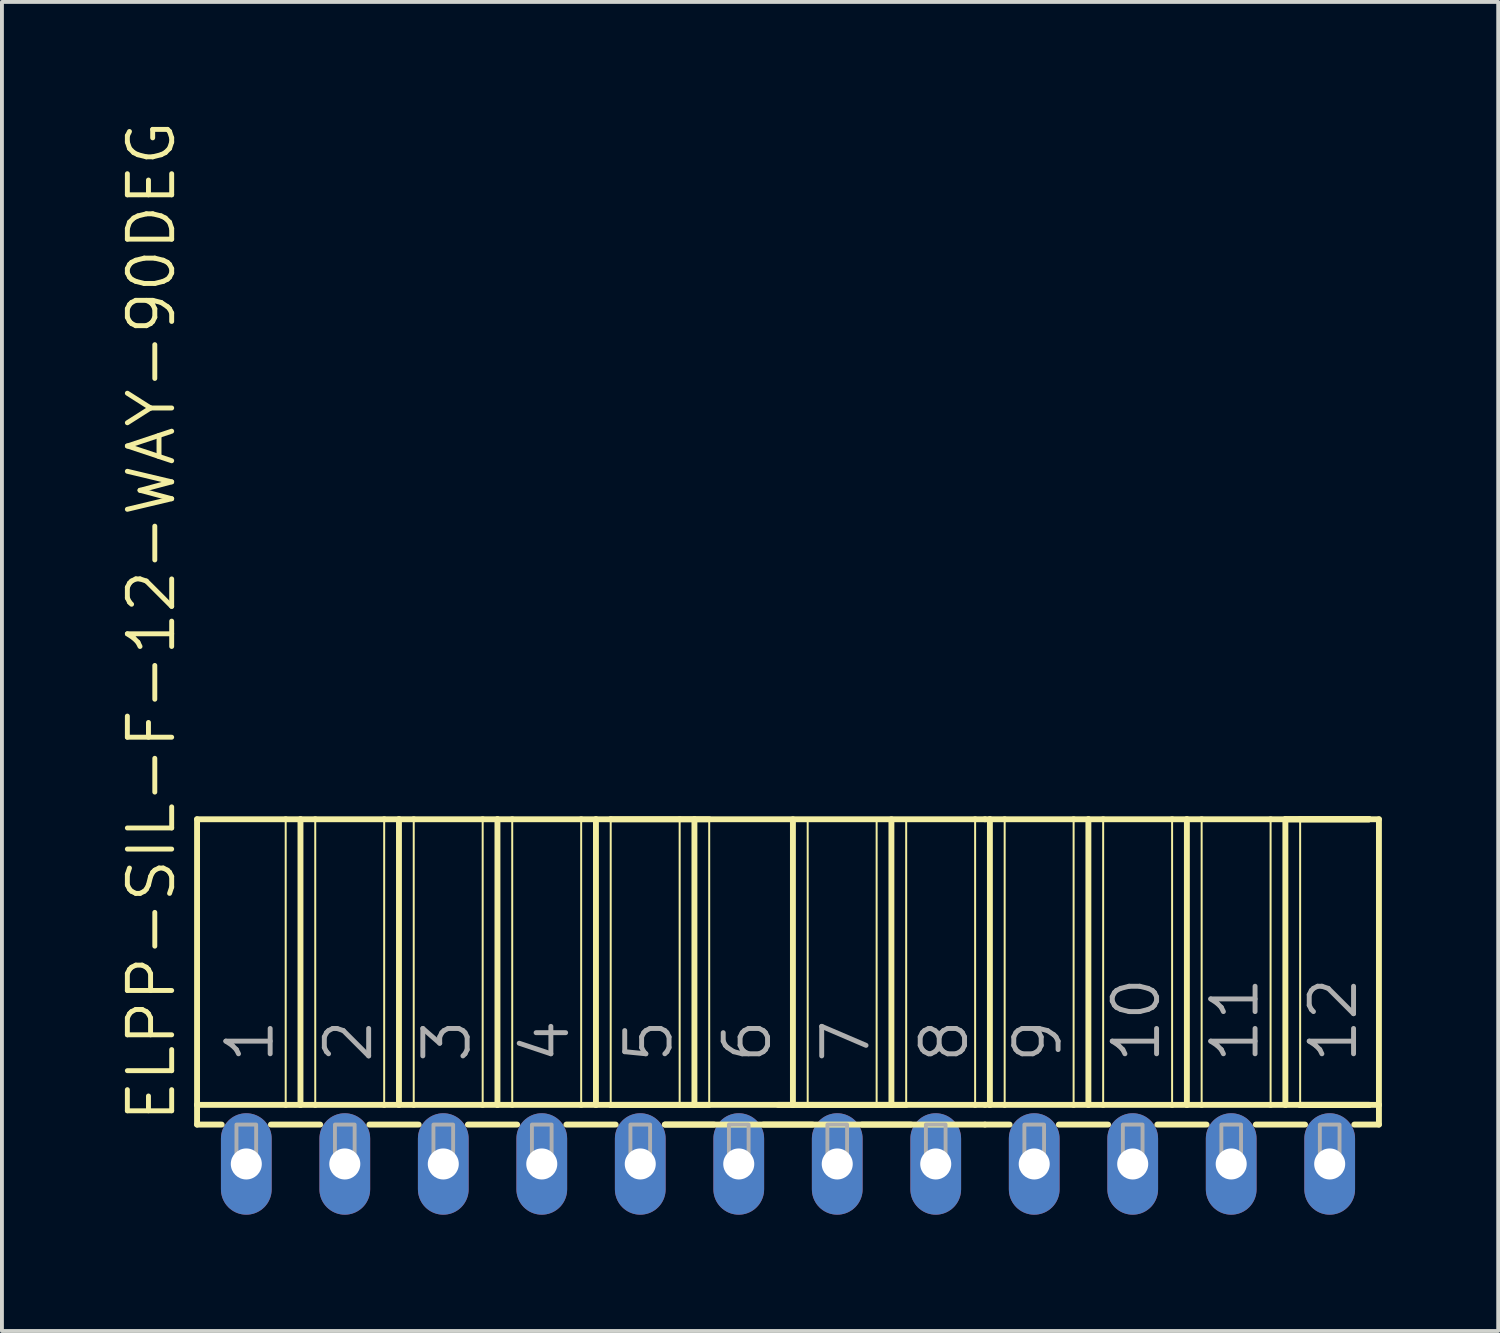
<source format=kicad_pcb>
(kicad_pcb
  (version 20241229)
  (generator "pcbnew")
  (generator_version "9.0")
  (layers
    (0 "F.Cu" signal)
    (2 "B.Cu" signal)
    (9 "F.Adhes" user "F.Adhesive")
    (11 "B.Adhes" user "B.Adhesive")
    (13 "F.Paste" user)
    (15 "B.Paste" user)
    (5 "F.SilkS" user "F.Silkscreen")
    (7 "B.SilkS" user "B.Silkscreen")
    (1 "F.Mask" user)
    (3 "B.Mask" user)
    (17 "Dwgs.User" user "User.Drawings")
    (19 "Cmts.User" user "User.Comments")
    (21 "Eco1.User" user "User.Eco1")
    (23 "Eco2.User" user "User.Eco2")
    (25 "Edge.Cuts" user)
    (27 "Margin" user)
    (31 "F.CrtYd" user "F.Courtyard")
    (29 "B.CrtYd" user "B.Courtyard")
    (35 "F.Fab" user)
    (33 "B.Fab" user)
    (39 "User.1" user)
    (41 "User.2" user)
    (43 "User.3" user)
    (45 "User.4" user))
  (footprint "ELPP-SIL-F-12-WAY-90DEG"
    (layer "F.Cu")
    (at 17.272 26.968)
    (property "Reference" "ELPP-SIL-F-12-WAY-90DEG" (at -15.748 -1.016 90) (unlocked yes) (layer "F.SilkS") (effects (font (size 1.143 1.143) (thickness 0.127)) (justify left bottom)))
    (fp_line (start -15.24 -8.89) (end -12.954 -8.89) (stroke (width 0.152) (type solid)) (layer "F.SilkS"))
    (fp_line (start -15.24 -1.524) (end -15.24 -8.89) (stroke (width 0.152) (type solid)) (layer "F.SilkS"))
    (fp_line (start -15.24 -1.524) (end -12.954 -1.524) (stroke (width 0.152) (type solid)) (layer "F.SilkS"))
    (fp_line (start -15.24 -1.016) (end -15.24 -1.524) (stroke (width 0.152) (type solid)) (layer "F.SilkS"))
    (fp_line (start -15.24 -1.016) (end -14.605 -1.016) (stroke (width 0.152) (type solid)) (layer "F.SilkS"))
    (fp_line (start -13.335 -1.016) (end -12.065 -1.016) (stroke (width 0.152) (type solid)) (layer "F.SilkS"))
    (fp_line (start -12.954 -8.89) (end -12.954 -1.524) (stroke (width 0.051) (type solid)) (layer "F.SilkS"))
    (fp_line (start -12.954 -8.89) (end -12.573 -8.89) (stroke (width 0.152) (type solid)) (layer "F.SilkS"))
    (fp_line (start -12.954 -1.524) (end -12.573 -1.524) (stroke (width 0.152) (type solid)) (layer "F.SilkS"))
    (fp_line (start -12.573 -8.89) (end -12.573 -1.524) (stroke (width 0.152) (type solid)) (layer "F.SilkS"))
    (fp_line (start -12.573 -8.89) (end -12.192 -8.89) (stroke (width 0.152) (type solid)) (layer "F.SilkS"))
    (fp_line (start -12.573 -1.524) (end -12.192 -1.524) (stroke (width 0.152) (type solid)) (layer "F.SilkS"))
    (fp_line (start -12.192 -8.89) (end -12.192 -1.524) (stroke (width 0.051) (type solid)) (layer "F.SilkS"))
    (fp_line (start -12.192 -8.89) (end -10.414 -8.89) (stroke (width 0.152) (type solid)) (layer "F.SilkS"))
    (fp_line (start -12.192 -1.524) (end -10.414 -1.524) (stroke (width 0.152) (type solid)) (layer "F.SilkS"))
    (fp_line (start -10.795 -1.016) (end -9.525 -1.016) (stroke (width 0.152) (type solid)) (layer "F.SilkS"))
    (fp_line (start -10.414 -8.89) (end -10.414 -1.524) (stroke (width 0.051) (type solid)) (layer "F.SilkS"))
    (fp_line (start -10.414 -8.89) (end -10.033 -8.89) (stroke (width 0.152) (type solid)) (layer "F.SilkS"))
    (fp_line (start -10.414 -1.524) (end -10.033 -1.524) (stroke (width 0.152) (type solid)) (layer "F.SilkS"))
    (fp_line (start -10.033 -8.89) (end -10.033 -1.524) (stroke (width 0.152) (type solid)) (layer "F.SilkS"))
    (fp_line (start -10.033 -8.89) (end -9.652 -8.89) (stroke (width 0.152) (type solid)) (layer "F.SilkS"))
    (fp_line (start -10.033 -1.524) (end -9.652 -1.524) (stroke (width 0.152) (type solid)) (layer "F.SilkS"))
    (fp_line (start -9.652 -8.89) (end -9.652 -1.524) (stroke (width 0.051) (type solid)) (layer "F.SilkS"))
    (fp_line (start -9.652 -8.89) (end -7.874 -8.89) (stroke (width 0.152) (type solid)) (layer "F.SilkS"))
    (fp_line (start -9.652 -1.524) (end -7.874 -1.524) (stroke (width 0.152) (type solid)) (layer "F.SilkS"))
    (fp_line (start -8.255 -1.016) (end -6.985 -1.016) (stroke (width 0.152) (type solid)) (layer "F.SilkS"))
    (fp_line (start -7.874 -8.89) (end -7.874 -1.524) (stroke (width 0.051) (type solid)) (layer "F.SilkS"))
    (fp_line (start -7.874 -8.89) (end -7.493 -8.89) (stroke (width 0.152) (type solid)) (layer "F.SilkS"))
    (fp_line (start -7.874 -1.524) (end -7.493 -1.524) (stroke (width 0.152) (type solid)) (layer "F.SilkS"))
    (fp_line (start -7.493 -8.89) (end -7.493 -1.524) (stroke (width 0.152) (type solid)) (layer "F.SilkS"))
    (fp_line (start -7.493 -8.89) (end -7.112 -8.89) (stroke (width 0.152) (type solid)) (layer "F.SilkS"))
    (fp_line (start -7.493 -1.524) (end -7.112 -1.524) (stroke (width 0.152) (type solid)) (layer "F.SilkS"))
    (fp_line (start -7.112 -8.89) (end -7.112 -1.524) (stroke (width 0.051) (type solid)) (layer "F.SilkS"))
    (fp_line (start -7.112 -8.89) (end -5.334 -8.89) (stroke (width 0.152) (type solid)) (layer "F.SilkS"))
    (fp_line (start -7.112 -1.524) (end -5.334 -1.524) (stroke (width 0.152) (type solid)) (layer "F.SilkS"))
    (fp_line (start -5.715 -1.016) (end -4.445 -1.016) (stroke (width 0.152) (type solid)) (layer "F.SilkS"))
    (fp_line (start -5.334 -8.89) (end -5.334 -1.524) (stroke (width 0.051) (type solid)) (layer "F.SilkS"))
    (fp_line (start -5.334 -8.89) (end -4.953 -8.89) (stroke (width 0.152) (type solid)) (layer "F.SilkS"))
    (fp_line (start -5.334 -1.524) (end -4.953 -1.524) (stroke (width 0.152) (type solid)) (layer "F.SilkS"))
    (fp_line (start -4.953 -8.89) (end -4.953 -1.524) (stroke (width 0.152) (type solid)) (layer "F.SilkS"))
    (fp_line (start -4.953 -8.89) (end -4.572 -8.89) (stroke (width 0.152) (type solid)) (layer "F.SilkS"))
    (fp_line (start -4.953 -1.524) (end -4.572 -1.524) (stroke (width 0.152) (type solid)) (layer "F.SilkS"))
    (fp_line (start -4.572 -8.89) (end -4.572 -1.524) (stroke (width 0.051) (type solid)) (layer "F.SilkS"))
    (fp_line (start -4.572 -8.89) (end -2.794 -8.89) (stroke (width 0.152) (type solid)) (layer "F.SilkS"))
    (fp_line (start -4.572 -8.89) (end 4.826 -8.89) (stroke (width 0.152) (type solid)) (layer "F.SilkS"))
    (fp_line (start -4.572 -1.524) (end -2.794 -1.524) (stroke (width 0.152) (type solid)) (layer "F.SilkS"))
    (fp_line (start -4.572 -1.524) (end 4.826 -1.524) (stroke (width 0.152) (type solid)) (layer "F.SilkS"))
    (fp_line (start -3.175 -1.016) (end -1.905 -1.016) (stroke (width 0.152) (type solid)) (layer "F.SilkS"))
    (fp_line (start -3.175 -1.016) (end 5.08 -1.016) (stroke (width 0.152) (type solid)) (layer "F.SilkS"))
    (fp_line (start -2.794 -8.89) (end -2.794 -1.524) (stroke (width 0.051) (type solid)) (layer "F.SilkS"))
    (fp_line (start -2.794 -8.89) (end -2.413 -8.89) (stroke (width 0.152) (type solid)) (layer "F.SilkS"))
    (fp_line (start -2.794 -1.524) (end -2.413 -1.524) (stroke (width 0.152) (type solid)) (layer "F.SilkS"))
    (fp_line (start -2.413 -8.89) (end -2.413 -1.524) (stroke (width 0.152) (type solid)) (layer "F.SilkS"))
    (fp_line (start -2.413 -8.89) (end -2.032 -8.89) (stroke (width 0.152) (type solid)) (layer "F.SilkS"))
    (fp_line (start -2.413 -1.524) (end -2.032 -1.524) (stroke (width 0.152) (type solid)) (layer "F.SilkS"))
    (fp_line (start -2.032 -8.89) (end -2.032 -1.524) (stroke (width 0.051) (type solid)) (layer "F.SilkS"))
    (fp_line (start -0.635 -1.016) (end 0.635 -1.016) (stroke (width 0.152) (type solid)) (layer "F.SilkS"))
    (fp_line (start -0.254 -1.524) (end 0.127 -1.524) (stroke (width 0.152) (type solid)) (layer "F.SilkS"))
    (fp_line (start 0.127 -8.89) (end 0.127 -1.524) (stroke (width 0.152) (type solid)) (layer "F.SilkS"))
    (fp_line (start 0.127 -1.524) (end 0.508 -1.524) (stroke (width 0.152) (type solid)) (layer "F.SilkS"))
    (fp_line (start 0.508 -8.89) (end 0.508 -1.524) (stroke (width 0.051) (type solid)) (layer "F.SilkS"))
    (fp_line (start 0.508 -1.524) (end 2.286 -1.524) (stroke (width 0.152) (type solid)) (layer "F.SilkS"))
    (fp_line (start 1.905 -1.016) (end 3.175 -1.016) (stroke (width 0.152) (type solid)) (layer "F.SilkS"))
    (fp_line (start 2.286 -8.89) (end 2.286 -1.524) (stroke (width 0.051) (type solid)) (layer "F.SilkS"))
    (fp_line (start 2.286 -1.524) (end 2.667 -1.524) (stroke (width 0.152) (type solid)) (layer "F.SilkS"))
    (fp_line (start 2.667 -8.89) (end 2.667 -1.524) (stroke (width 0.152) (type solid)) (layer "F.SilkS"))
    (fp_line (start 2.667 -1.524) (end 3.048 -1.524) (stroke (width 0.152) (type solid)) (layer "F.SilkS"))
    (fp_line (start 3.048 -8.89) (end 3.048 -1.524) (stroke (width 0.051) (type solid)) (layer "F.SilkS"))
    (fp_line (start 4.826 -8.89) (end 4.826 -1.524) (stroke (width 0.051) (type solid)) (layer "F.SilkS"))
    (fp_line (start 4.826 -8.89) (end 5.08 -8.89) (stroke (width 0.152) (type solid)) (layer "F.SilkS"))
    (fp_line (start 4.826 -1.524) (end 5.08 -1.524) (stroke (width 0.152) (type solid)) (layer "F.SilkS"))
    (fp_line (start 5.08 -8.89) (end 5.207 -8.89) (stroke (width 0.152) (type solid)) (layer "F.SilkS"))
    (fp_line (start 5.08 -1.524) (end 5.207 -1.524) (stroke (width 0.152) (type solid)) (layer "F.SilkS"))
    (fp_line (start 5.08 -1.016) (end 5.715 -1.016) (stroke (width 0.152) (type solid)) (layer "F.SilkS"))
    (fp_line (start 5.207 -8.89) (end 5.207 -1.524) (stroke (width 0.152) (type solid)) (layer "F.SilkS"))
    (fp_line (start 5.207 -8.89) (end 5.588 -8.89) (stroke (width 0.152) (type solid)) (layer "F.SilkS"))
    (fp_line (start 5.207 -1.524) (end 5.588 -1.524) (stroke (width 0.152) (type solid)) (layer "F.SilkS"))
    (fp_line (start 5.588 -8.89) (end 5.588 -1.524) (stroke (width 0.051) (type solid)) (layer "F.SilkS"))
    (fp_line (start 5.588 -8.89) (end 7.366 -8.89) (stroke (width 0.152) (type solid)) (layer "F.SilkS"))
    (fp_line (start 5.588 -1.524) (end 7.366 -1.524) (stroke (width 0.152) (type solid)) (layer "F.SilkS"))
    (fp_line (start 6.985 -1.016) (end 8.255 -1.016) (stroke (width 0.152) (type solid)) (layer "F.SilkS"))
    (fp_line (start 7.366 -8.89) (end 7.366 -1.524) (stroke (width 0.051) (type solid)) (layer "F.SilkS"))
    (fp_line (start 7.366 -8.89) (end 7.747 -8.89) (stroke (width 0.152) (type solid)) (layer "F.SilkS"))
    (fp_line (start 7.366 -1.524) (end 7.747 -1.524) (stroke (width 0.152) (type solid)) (layer "F.SilkS"))
    (fp_line (start 7.747 -8.89) (end 7.747 -1.524) (stroke (width 0.152) (type solid)) (layer "F.SilkS"))
    (fp_line (start 7.747 -8.89) (end 8.128 -8.89) (stroke (width 0.152) (type solid)) (layer "F.SilkS"))
    (fp_line (start 7.747 -1.524) (end 8.128 -1.524) (stroke (width 0.152) (type solid)) (layer "F.SilkS"))
    (fp_line (start 8.128 -8.89) (end 8.128 -1.524) (stroke (width 0.051) (type solid)) (layer "F.SilkS"))
    (fp_line (start 8.128 -8.89) (end 9.906 -8.89) (stroke (width 0.152) (type solid)) (layer "F.SilkS"))
    (fp_line (start 8.128 -1.524) (end 9.906 -1.524) (stroke (width 0.152) (type solid)) (layer "F.SilkS"))
    (fp_line (start 9.525 -1.016) (end 10.795 -1.016) (stroke (width 0.152) (type solid)) (layer "F.SilkS"))
    (fp_line (start 9.906 -8.89) (end 9.906 -1.524) (stroke (width 0.051) (type solid)) (layer "F.SilkS"))
    (fp_line (start 9.906 -8.89) (end 10.287 -8.89) (stroke (width 0.152) (type solid)) (layer "F.SilkS"))
    (fp_line (start 9.906 -1.524) (end 10.287 -1.524) (stroke (width 0.152) (type solid)) (layer "F.SilkS"))
    (fp_line (start 10.287 -8.89) (end 10.287 -1.524) (stroke (width 0.152) (type solid)) (layer "F.SilkS"))
    (fp_line (start 10.287 -8.89) (end 10.668 -8.89) (stroke (width 0.152) (type solid)) (layer "F.SilkS"))
    (fp_line (start 10.287 -1.524) (end 10.668 -1.524) (stroke (width 0.152) (type solid)) (layer "F.SilkS"))
    (fp_line (start 10.668 -8.89) (end 10.668 -1.524) (stroke (width 0.051) (type solid)) (layer "F.SilkS"))
    (fp_line (start 10.668 -8.89) (end 12.446 -8.89) (stroke (width 0.152) (type solid)) (layer "F.SilkS"))
    (fp_line (start 10.668 -1.524) (end 12.446 -1.524) (stroke (width 0.152) (type solid)) (layer "F.SilkS"))
    (fp_line (start 12.065 -1.016) (end 13.335 -1.016) (stroke (width 0.152) (type solid)) (layer "F.SilkS"))
    (fp_line (start 12.446 -8.89) (end 12.446 -1.524) (stroke (width 0.051) (type solid)) (layer "F.SilkS"))
    (fp_line (start 12.446 -8.89) (end 12.827 -8.89) (stroke (width 0.152) (type solid)) (layer "F.SilkS"))
    (fp_line (start 12.446 -1.524) (end 12.827 -1.524) (stroke (width 0.152) (type solid)) (layer "F.SilkS"))
    (fp_line (start 12.827 -8.89) (end 12.827 -1.524) (stroke (width 0.152) (type solid)) (layer "F.SilkS"))
    (fp_line (start 12.827 -8.89) (end 13.208 -8.89) (stroke (width 0.152) (type solid)) (layer "F.SilkS"))
    (fp_line (start 12.827 -8.89) (end 13.208 -8.89) (stroke (width 0.152) (type solid)) (layer "F.SilkS"))
    (fp_line (start 12.827 -1.524) (end 13.208 -1.524) (stroke (width 0.152) (type solid)) (layer "F.SilkS"))
    (fp_line (start 13.208 -8.89) (end 13.208 -1.524) (stroke (width 0.051) (type solid)) (layer "F.SilkS"))
    (fp_line (start 13.208 -8.89) (end 14.986 -8.89) (stroke (width 0.152) (type solid)) (layer "F.SilkS"))
    (fp_line (start 13.208 -8.89) (end 14.986 -8.89) (stroke (width 0.152) (type solid)) (layer "F.SilkS"))
    (fp_line (start 13.208 -8.89) (end 15.24 -8.89) (stroke (width 0.152) (type solid)) (layer "F.SilkS"))
    (fp_line (start 13.208 -1.524) (end 14.986 -1.524) (stroke (width 0.152) (type solid)) (layer "F.SilkS"))
    (fp_line (start 13.208 -1.524) (end 14.986 -1.524) (stroke (width 0.152) (type solid)) (layer "F.SilkS"))
    (fp_line (start 13.208 -1.524) (end 15.24 -1.524) (stroke (width 0.152) (type solid)) (layer "F.SilkS"))
    (fp_line (start 14.605 -1.016) (end 15.24 -1.016) (stroke (width 0.152) (type solid)) (layer "F.SilkS"))
    (fp_line (start 14.986 -8.89) (end 12.827 -8.89) (stroke (width 0.152) (type solid)) (layer "F.SilkS"))
    (fp_line (start 15.24 -8.89) (end 15.24 -1.524) (stroke (width 0.152) (type solid)) (layer "F.SilkS"))
    (fp_line (start 15.24 -1.524) (end 15.24 -1.016) (stroke (width 0.152) (type solid)) (layer "F.SilkS"))
    (fp_poly (pts (xy -14.224 0) (xy -13.716 0) (xy -13.716 -1.016) (xy -14.224 -1.016)) (stroke (width 0.1) (type default)) (fill no) (layer "F.Fab"))
    (fp_poly (pts (xy -11.684 0) (xy -11.176 0) (xy -11.176 -1.016) (xy -11.684 -1.016)) (stroke (width 0.1) (type default)) (fill no) (layer "F.Fab"))
    (fp_poly (pts (xy -9.144 0) (xy -8.636 0) (xy -8.636 -1.016) (xy -9.144 -1.016)) (stroke (width 0.1) (type default)) (fill no) (layer "F.Fab"))
    (fp_poly (pts (xy -6.604 0) (xy -6.096 0) (xy -6.096 -1.016) (xy -6.604 -1.016)) (stroke (width 0.1) (type default)) (fill no) (layer "F.Fab"))
    (fp_poly (pts (xy -4.064 0) (xy -3.556 0) (xy -3.556 -1.016) (xy -4.064 -1.016)) (stroke (width 0.1) (type default)) (fill no) (layer "F.Fab"))
    (fp_poly (pts (xy -1.524 0) (xy -1.016 0) (xy -1.016 -1.016) (xy -1.524 -1.016)) (stroke (width 0.1) (type default)) (fill no) (layer "F.Fab"))
    (fp_poly (pts (xy 1.016 0) (xy 1.524 0) (xy 1.524 -1.016) (xy 1.016 -1.016)) (stroke (width 0.1) (type default)) (fill no) (layer "F.Fab"))
    (fp_poly (pts (xy 3.556 0) (xy 4.064 0) (xy 4.064 -1.016) (xy 3.556 -1.016)) (stroke (width 0.1) (type default)) (fill no) (layer "F.Fab"))
    (fp_poly (pts (xy 6.096 0) (xy 6.604 0) (xy 6.604 -1.016) (xy 6.096 -1.016)) (stroke (width 0.1) (type default)) (fill no) (layer "F.Fab"))
    (fp_poly (pts (xy 8.636 0) (xy 9.144 0) (xy 9.144 -1.016) (xy 8.636 -1.016)) (stroke (width 0.1) (type default)) (fill no) (layer "F.Fab"))
    (fp_poly (pts (xy 11.176 0) (xy 11.684 0) (xy 11.684 -1.016) (xy 11.176 -1.016)) (stroke (width 0.1) (type default)) (fill no) (layer "F.Fab"))
    (fp_poly (pts (xy 13.716 0) (xy 14.224 0) (xy 14.224 -1.016) (xy 13.716 -1.016)) (stroke (width 0.1) (type default)) (fill no) (layer "F.Fab"))
    (fp_text user "5" (at -2.921 -2.54 90) (layer "F.Fab") (effects (font (size 1.143 1.143) (thickness 0.127)) (justify left bottom)))
    (fp_text user "12" (at 14.732 -2.54 90) (layer "F.Fab") (effects (font (size 1.143 1.143) (thickness 0.127)) (justify left bottom)))
    (fp_text user "10" (at 9.652 -2.54 90) (layer "F.Fab") (effects (font (size 1.143 1.143) (thickness 0.127)) (justify left bottom)))
    (fp_text user "3" (at -8.128 -2.54 90) (layer "F.Fab") (effects (font (size 1.143 1.143) (thickness 0.127)) (justify left bottom)))
    (fp_text user "4" (at -5.588 -2.54 90) (layer "F.Fab") (effects (font (size 1.143 1.143) (thickness 0.127)) (justify left bottom)))
    (fp_text user "6" (at -0.381 -2.54 90) (layer "F.Fab") (effects (font (size 1.143 1.143) (thickness 0.127)) (justify left bottom)))
    (fp_text user "7" (at 2.159 -2.54 90) (layer "F.Fab") (effects (font (size 1.143 1.143) (thickness 0.127)) (justify left bottom)))
    (fp_text user "8" (at 4.699 -2.54 90) (layer "F.Fab") (effects (font (size 1.143 1.143) (thickness 0.127)) (justify left bottom)))
    (fp_text user "1" (at -13.208 -2.54 90) (layer "F.Fab") (effects (font (size 1.143 1.143) (thickness 0.127)) (justify left bottom)))
    (fp_text user "11" (at 12.192 -2.54 90) (layer "F.Fab") (effects (font (size 1.143 1.143) (thickness 0.127)) (justify left bottom)))
    (fp_text user "9" (at 7.112 -2.54 90) (layer "F.Fab") (effects (font (size 1.143 1.143) (thickness 0.127)) (justify left bottom)))
    (fp_text user "2" (at -10.668 -2.54 90) (layer "F.Fab") (effects (font (size 1.143 1.143) (thickness 0.127)) (justify left bottom)))
    (pad "1" thru_hole oval (at -13.97 0 90) (size 2.616 1.308) (drill 0.8) (layers "*.Cu" "*.Mask"))
    (pad "2" thru_hole oval (at -11.43 0 90) (size 2.616 1.308) (drill 0.8) (layers "*.Cu" "*.Mask"))
    (pad "3" thru_hole oval (at -8.89 0 90) (size 2.616 1.308) (drill 0.8) (layers "*.Cu" "*.Mask"))
    (pad "4" thru_hole oval (at -6.35 0 90) (size 2.616 1.308) (drill 0.8) (layers "*.Cu" "*.Mask"))
    (pad "5" thru_hole oval (at -3.81 0 90) (size 2.616 1.308) (drill 0.8) (layers "*.Cu" "*.Mask"))
    (pad "6" thru_hole oval (at -1.27 0 90) (size 2.616 1.308) (drill 0.8) (layers "*.Cu" "*.Mask"))
    (pad "7" thru_hole oval (at 1.27 0 90) (size 2.616 1.308) (drill 0.8) (layers "*.Cu" "*.Mask"))
    (pad "8" thru_hole oval (at 3.81 0 90) (size 2.616 1.308) (drill 0.8) (layers "*.Cu" "*.Mask"))
    (pad "9" thru_hole oval (at 6.35 0 90) (size 2.616 1.308) (drill 0.8) (layers "*.Cu" "*.Mask"))
    (pad "10" thru_hole oval (at 8.89 0 90) (size 2.616 1.308) (drill 0.8) (layers "*.Cu" "*.Mask"))
    (pad "11" thru_hole oval (at 11.43 0 90) (size 2.616 1.308) (drill 0.8) (layers "*.Cu" "*.Mask"))
    (pad "12" thru_hole oval (at 13.97 0 90) (size 2.616 1.308) (drill 0.8) (layers "*.Cu" "*.Mask")))
  (gr_rect
    (start -3 -3)
    (end 35.588 31.276)
    (stroke (width 0.1) (type default))
    (fill no)
    (layer "Edge.Cuts")))
</source>
